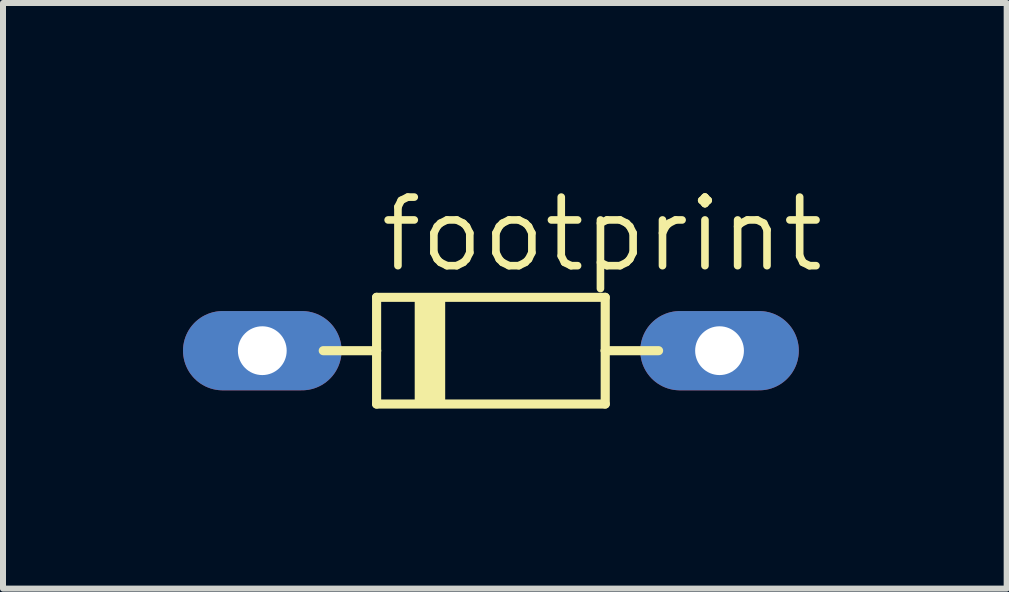
<source format=kicad_pcb>
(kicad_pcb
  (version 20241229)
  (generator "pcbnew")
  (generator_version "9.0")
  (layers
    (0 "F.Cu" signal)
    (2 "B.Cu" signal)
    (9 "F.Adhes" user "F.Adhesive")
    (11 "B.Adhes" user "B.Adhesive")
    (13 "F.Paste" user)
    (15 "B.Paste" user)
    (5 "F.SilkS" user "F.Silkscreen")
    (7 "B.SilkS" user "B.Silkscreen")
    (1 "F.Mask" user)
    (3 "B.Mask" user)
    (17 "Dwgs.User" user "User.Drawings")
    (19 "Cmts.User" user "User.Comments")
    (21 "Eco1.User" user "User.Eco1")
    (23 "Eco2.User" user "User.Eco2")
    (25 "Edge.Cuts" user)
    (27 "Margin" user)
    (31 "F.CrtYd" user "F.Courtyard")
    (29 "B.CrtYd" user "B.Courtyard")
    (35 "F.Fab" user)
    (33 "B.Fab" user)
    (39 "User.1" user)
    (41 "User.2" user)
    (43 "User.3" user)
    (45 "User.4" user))
  (footprint "footprint"
    (layer "F.Cu")
    (at 5.131 2.794)
    (property "Reference" "footprint" (at -1.905 -1.27 0) (layer "F.SilkS") (effects (font (size 1.143 1.143) (thickness 0.127)) (justify left bottom)))
    (fp_line (start -1.905 -0.889) (end -1.905 0) (stroke (width 0.152) (type solid)) (layer "F.SilkS"))
    (fp_line (start -1.905 0) (end -2.794 0) (stroke (width 0.152) (type solid)) (layer "F.SilkS"))
    (fp_line (start -1.905 0) (end -1.905 0.889) (stroke (width 0.152) (type solid)) (layer "F.SilkS"))
    (fp_line (start -1.905 0.889) (end 1.905 0.889) (stroke (width 0.152) (type solid)) (layer "F.SilkS"))
    (fp_line (start 1.905 -0.889) (end -1.905 -0.889) (stroke (width 0.152) (type solid)) (layer "F.SilkS"))
    (fp_line (start 1.905 0) (end 1.905 -0.889) (stroke (width 0.152) (type solid)) (layer "F.SilkS"))
    (fp_line (start 1.905 0.889) (end 1.905 0) (stroke (width 0.152) (type solid)) (layer "F.SilkS"))
    (fp_line (start 2.794 0) (end 1.905 0) (stroke (width 0.152) (type solid)) (layer "F.SilkS"))
    (fp_poly (pts (xy -1.27 0.889) (xy -0.762 0.889) (xy -0.762 -0.889) (xy -1.27 -0.889)) (stroke (width 0) (type solid)) (fill yes) (layer "F.SilkS"))
    (pad "A" thru_hole oval (at 3.81 0) (size 2.642 1.321) (drill 0.813) (layers "*.Cu" "*.Mask"))
    (pad "C" thru_hole oval (at -3.81 0) (size 2.642 1.321) (drill 0.813) (layers "*.Cu" "*.Mask")))
  (gr_rect
    (start -3 -3)
    (end 13.726 6.759)
    (stroke (width 0.1) (type default))
    (fill no)
    (layer "Edge.Cuts")))
</source>
